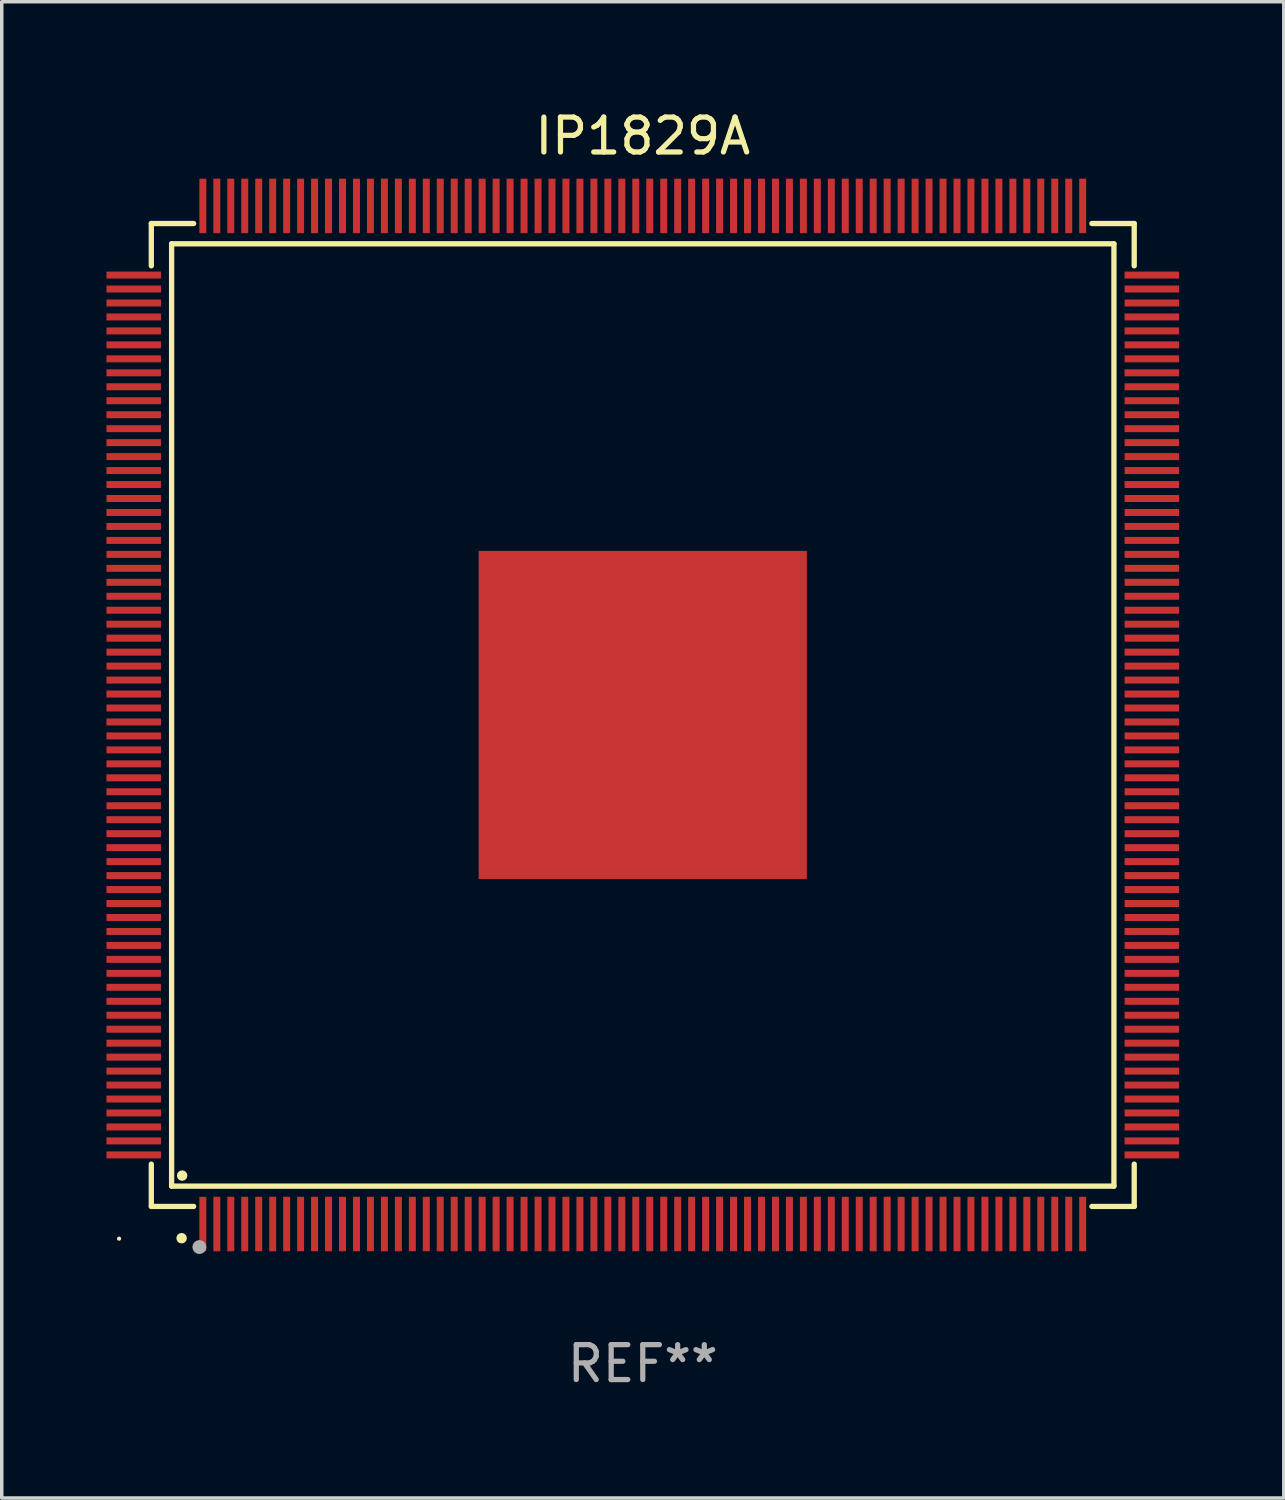
<source format=kicad_pcb>
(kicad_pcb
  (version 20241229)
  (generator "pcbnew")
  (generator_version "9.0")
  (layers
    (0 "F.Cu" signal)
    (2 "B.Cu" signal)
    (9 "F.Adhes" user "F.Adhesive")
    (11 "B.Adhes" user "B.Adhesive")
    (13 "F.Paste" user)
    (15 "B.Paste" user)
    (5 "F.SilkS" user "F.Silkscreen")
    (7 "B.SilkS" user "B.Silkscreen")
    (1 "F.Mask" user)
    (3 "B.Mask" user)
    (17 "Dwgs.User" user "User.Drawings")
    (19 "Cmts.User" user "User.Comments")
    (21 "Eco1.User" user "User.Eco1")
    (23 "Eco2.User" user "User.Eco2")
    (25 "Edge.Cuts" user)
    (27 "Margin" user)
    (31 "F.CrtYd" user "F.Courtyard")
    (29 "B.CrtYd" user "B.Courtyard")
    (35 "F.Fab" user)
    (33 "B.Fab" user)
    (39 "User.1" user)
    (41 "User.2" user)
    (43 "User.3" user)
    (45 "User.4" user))
  (footprint "IP1829A"
    (layer "F.Cu")
    (at 15.36 17.428)
    (property "Reference" "IP1829A" (at 0 -16.58 0) (layer "F.SilkS") (effects (font (size 1 1) (thickness 0.15))))
    (attr through_hole)
    (fp_line (start -14.076 -14.076) (end -14.076 -12.864) (stroke (width 0.152) (type solid)) (layer "F.SilkS"))
    (fp_line (start -14.076 14.076) (end -14.076 12.864) (stroke (width 0.152) (type solid)) (layer "F.SilkS"))
    (fp_line (start -13.495 -13.495) (end 13.495 -13.495) (stroke (width 0.152) (type solid)) (layer "F.SilkS"))
    (fp_line (start -13.495 13.495) (end -13.495 -13.495) (stroke (width 0.152) (type solid)) (layer "F.SilkS"))
    (fp_line (start -12.864 -14.076) (end -14.076 -14.076) (stroke (width 0.152) (type solid)) (layer "F.SilkS"))
    (fp_line (start -12.864 14.076) (end -14.076 14.076) (stroke (width 0.152) (type solid)) (layer "F.SilkS"))
    (fp_line (start 12.864 -14.076) (end 14.076 -14.076) (stroke (width 0.152) (type solid)) (layer "F.SilkS"))
    (fp_line (start 12.864 14.076) (end 14.076 14.076) (stroke (width 0.152) (type solid)) (layer "F.SilkS"))
    (fp_line (start 13.495 -13.495) (end 13.495 13.495) (stroke (width 0.152) (type solid)) (layer "F.SilkS"))
    (fp_line (start 13.495 13.495) (end -13.495 13.495) (stroke (width 0.152) (type solid)) (layer "F.SilkS"))
    (fp_line (start 14.076 -14.076) (end 14.076 -12.864) (stroke (width 0.152) (type solid)) (layer "F.SilkS"))
    (fp_line (start 14.076 14.076) (end 14.076 12.864) (stroke (width 0.152) (type solid)) (layer "F.SilkS"))
    (fp_circle (center -15 15) (end -14.97 15) (stroke (width 0.06) (type solid)) (fill no) (layer "F.SilkS"))
    (fp_circle (center -13.208 14.986) (end -13.133 14.986) (stroke (width 0.15) (type solid)) (fill no) (layer "F.SilkS"))
    (fp_circle (center -13.193 13.193) (end -13.118 13.193) (stroke (width 0.15) (type solid)) (fill no) (layer "F.SilkS"))
    (fp_circle (center -12.7 15.24) (end -12.6 15.24) (stroke (width 0.2) (type solid)) (fill no) (layer "F.Fab"))
    (fp_text user "REF**" (at 0 18.58 0) (layer "F.Fab") (effects (font (size 1 1) (thickness 0.15))))
    (pad "1" smd rect (at -12.6 14.58) (size 0.2 1.56) (layers "F.Cu" "F.Mask" "F.Paste"))
    (pad "2" smd rect (at -12.2 14.58) (size 0.2 1.56) (layers "F.Cu" "F.Mask" "F.Paste"))
    (pad "3" smd rect (at -11.8 14.58) (size 0.2 1.56) (layers "F.Cu" "F.Mask" "F.Paste"))
    (pad "4" smd rect (at -11.4 14.58) (size 0.2 1.56) (layers "F.Cu" "F.Mask" "F.Paste"))
    (pad "5" smd rect (at -11 14.58) (size 0.2 1.56) (layers "F.Cu" "F.Mask" "F.Paste"))
    (pad "6" smd rect (at -10.6 14.58) (size 0.2 1.56) (layers "F.Cu" "F.Mask" "F.Paste"))
    (pad "7" smd rect (at -10.2 14.58) (size 0.2 1.56) (layers "F.Cu" "F.Mask" "F.Paste"))
    (pad "8" smd rect (at -9.8 14.58) (size 0.2 1.56) (layers "F.Cu" "F.Mask" "F.Paste"))
    (pad "9" smd rect (at -9.4 14.58) (size 0.2 1.56) (layers "F.Cu" "F.Mask" "F.Paste"))
    (pad "10" smd rect (at -9 14.58) (size 0.2 1.56) (layers "F.Cu" "F.Mask" "F.Paste"))
    (pad "11" smd rect (at -8.6 14.58) (size 0.2 1.56) (layers "F.Cu" "F.Mask" "F.Paste"))
    (pad "12" smd rect (at -8.2 14.58) (size 0.2 1.56) (layers "F.Cu" "F.Mask" "F.Paste"))
    (pad "13" smd rect (at -7.8 14.58) (size 0.2 1.56) (layers "F.Cu" "F.Mask" "F.Paste"))
    (pad "14" smd rect (at -7.4 14.58) (size 0.2 1.56) (layers "F.Cu" "F.Mask" "F.Paste"))
    (pad "15" smd rect (at -7 14.58) (size 0.2 1.56) (layers "F.Cu" "F.Mask" "F.Paste"))
    (pad "16" smd rect (at -6.6 14.58) (size 0.2 1.56) (layers "F.Cu" "F.Mask" "F.Paste"))
    (pad "17" smd rect (at -6.2 14.58) (size 0.2 1.56) (layers "F.Cu" "F.Mask" "F.Paste"))
    (pad "18" smd rect (at -5.8 14.58) (size 0.2 1.56) (layers "F.Cu" "F.Mask" "F.Paste"))
    (pad "19" smd rect (at -5.4 14.58) (size 0.2 1.56) (layers "F.Cu" "F.Mask" "F.Paste"))
    (pad "20" smd rect (at -5 14.58) (size 0.2 1.56) (layers "F.Cu" "F.Mask" "F.Paste"))
    (pad "21" smd rect (at -4.6 14.58) (size 0.2 1.56) (layers "F.Cu" "F.Mask" "F.Paste"))
    (pad "22" smd rect (at -4.2 14.58) (size 0.2 1.56) (layers "F.Cu" "F.Mask" "F.Paste"))
    (pad "23" smd rect (at -3.8 14.58) (size 0.2 1.56) (layers "F.Cu" "F.Mask" "F.Paste"))
    (pad "24" smd rect (at -3.4 14.58) (size 0.2 1.56) (layers "F.Cu" "F.Mask" "F.Paste"))
    (pad "25" smd rect (at -3 14.58) (size 0.2 1.56) (layers "F.Cu" "F.Mask" "F.Paste"))
    (pad "26" smd rect (at -2.6 14.58) (size 0.2 1.56) (layers "F.Cu" "F.Mask" "F.Paste"))
    (pad "27" smd rect (at -2.2 14.58) (size 0.2 1.56) (layers "F.Cu" "F.Mask" "F.Paste"))
    (pad "28" smd rect (at -1.8 14.58) (size 0.2 1.56) (layers "F.Cu" "F.Mask" "F.Paste"))
    (pad "29" smd rect (at -1.4 14.58) (size 0.2 1.56) (layers "F.Cu" "F.Mask" "F.Paste"))
    (pad "30" smd rect (at -1 14.58) (size 0.2 1.56) (layers "F.Cu" "F.Mask" "F.Paste"))
    (pad "31" smd rect (at -0.6 14.58) (size 0.2 1.56) (layers "F.Cu" "F.Mask" "F.Paste"))
    (pad "32" smd rect (at -0.2 14.58) (size 0.2 1.56) (layers "F.Cu" "F.Mask" "F.Paste"))
    (pad "33" smd rect (at 0.2 14.58) (size 0.2 1.56) (layers "F.Cu" "F.Mask" "F.Paste"))
    (pad "34" smd rect (at 0.6 14.58) (size 0.2 1.56) (layers "F.Cu" "F.Mask" "F.Paste"))
    (pad "35" smd rect (at 1 14.58) (size 0.2 1.56) (layers "F.Cu" "F.Mask" "F.Paste"))
    (pad "36" smd rect (at 1.4 14.58) (size 0.2 1.56) (layers "F.Cu" "F.Mask" "F.Paste"))
    (pad "37" smd rect (at 1.8 14.58) (size 0.2 1.56) (layers "F.Cu" "F.Mask" "F.Paste"))
    (pad "38" smd rect (at 2.2 14.58) (size 0.2 1.56) (layers "F.Cu" "F.Mask" "F.Paste"))
    (pad "39" smd rect (at 2.6 14.58) (size 0.2 1.56) (layers "F.Cu" "F.Mask" "F.Paste"))
    (pad "40" smd rect (at 3 14.58) (size 0.2 1.56) (layers "F.Cu" "F.Mask" "F.Paste"))
    (pad "41" smd rect (at 3.4 14.58) (size 0.2 1.56) (layers "F.Cu" "F.Mask" "F.Paste"))
    (pad "42" smd rect (at 3.8 14.58) (size 0.2 1.56) (layers "F.Cu" "F.Mask" "F.Paste"))
    (pad "43" smd rect (at 4.2 14.58) (size 0.2 1.56) (layers "F.Cu" "F.Mask" "F.Paste"))
    (pad "44" smd rect (at 4.6 14.58) (size 0.2 1.56) (layers "F.Cu" "F.Mask" "F.Paste"))
    (pad "45" smd rect (at 5 14.58) (size 0.2 1.56) (layers "F.Cu" "F.Mask" "F.Paste"))
    (pad "46" smd rect (at 5.4 14.58) (size 0.2 1.56) (layers "F.Cu" "F.Mask" "F.Paste"))
    (pad "47" smd rect (at 5.8 14.58) (size 0.2 1.56) (layers "F.Cu" "F.Mask" "F.Paste"))
    (pad "48" smd rect (at 6.2 14.58) (size 0.2 1.56) (layers "F.Cu" "F.Mask" "F.Paste"))
    (pad "49" smd rect (at 6.6 14.58) (size 0.2 1.56) (layers "F.Cu" "F.Mask" "F.Paste"))
    (pad "50" smd rect (at 7 14.58) (size 0.2 1.56) (layers "F.Cu" "F.Mask" "F.Paste"))
    (pad "51" smd rect (at 7.4 14.58) (size 0.2 1.56) (layers "F.Cu" "F.Mask" "F.Paste"))
    (pad "52" smd rect (at 7.8 14.58) (size 0.2 1.56) (layers "F.Cu" "F.Mask" "F.Paste"))
    (pad "53" smd rect (at 8.2 14.58) (size 0.2 1.56) (layers "F.Cu" "F.Mask" "F.Paste"))
    (pad "54" smd rect (at 8.6 14.58) (size 0.2 1.56) (layers "F.Cu" "F.Mask" "F.Paste"))
    (pad "55" smd rect (at 9 14.58) (size 0.2 1.56) (layers "F.Cu" "F.Mask" "F.Paste"))
    (pad "56" smd rect (at 9.4 14.58) (size 0.2 1.56) (layers "F.Cu" "F.Mask" "F.Paste"))
    (pad "57" smd rect (at 9.8 14.58) (size 0.2 1.56) (layers "F.Cu" "F.Mask" "F.Paste"))
    (pad "58" smd rect (at 10.2 14.58) (size 0.2 1.56) (layers "F.Cu" "F.Mask" "F.Paste"))
    (pad "59" smd rect (at 10.6 14.58) (size 0.2 1.56) (layers "F.Cu" "F.Mask" "F.Paste"))
    (pad "60" smd rect (at 11 14.58) (size 0.2 1.56) (layers "F.Cu" "F.Mask" "F.Paste"))
    (pad "61" smd rect (at 11.4 14.58) (size 0.2 1.56) (layers "F.Cu" "F.Mask" "F.Paste"))
    (pad "62" smd rect (at 11.8 14.58) (size 0.2 1.56) (layers "F.Cu" "F.Mask" "F.Paste"))
    (pad "63" smd rect (at 12.2 14.58) (size 0.2 1.56) (layers "F.Cu" "F.Mask" "F.Paste"))
    (pad "64" smd rect (at 12.6 14.58) (size 0.2 1.56) (layers "F.Cu" "F.Mask" "F.Paste"))
    (pad "65" smd rect (at 14.58 12.6) (size 1.56 0.2) (layers "F.Cu" "F.Mask" "F.Paste"))
    (pad "66" smd rect (at 14.58 12.2) (size 1.56 0.2) (layers "F.Cu" "F.Mask" "F.Paste"))
    (pad "67" smd rect (at 14.58 11.8) (size 1.56 0.2) (layers "F.Cu" "F.Mask" "F.Paste"))
    (pad "68" smd rect (at 14.58 11.4) (size 1.56 0.2) (layers "F.Cu" "F.Mask" "F.Paste"))
    (pad "69" smd rect (at 14.58 11) (size 1.56 0.2) (layers "F.Cu" "F.Mask" "F.Paste"))
    (pad "70" smd rect (at 14.58 10.6) (size 1.56 0.2) (layers "F.Cu" "F.Mask" "F.Paste"))
    (pad "71" smd rect (at 14.58 10.2) (size 1.56 0.2) (layers "F.Cu" "F.Mask" "F.Paste"))
    (pad "72" smd rect (at 14.58 9.8) (size 1.56 0.2) (layers "F.Cu" "F.Mask" "F.Paste"))
    (pad "73" smd rect (at 14.58 9.4) (size 1.56 0.2) (layers "F.Cu" "F.Mask" "F.Paste"))
    (pad "74" smd rect (at 14.58 9) (size 1.56 0.2) (layers "F.Cu" "F.Mask" "F.Paste"))
    (pad "75" smd rect (at 14.58 8.6) (size 1.56 0.2) (layers "F.Cu" "F.Mask" "F.Paste"))
    (pad "76" smd rect (at 14.58 8.2) (size 1.56 0.2) (layers "F.Cu" "F.Mask" "F.Paste"))
    (pad "77" smd rect (at 14.58 7.8) (size 1.56 0.2) (layers "F.Cu" "F.Mask" "F.Paste"))
    (pad "78" smd rect (at 14.58 7.4) (size 1.56 0.2) (layers "F.Cu" "F.Mask" "F.Paste"))
    (pad "79" smd rect (at 14.58 7) (size 1.56 0.2) (layers "F.Cu" "F.Mask" "F.Paste"))
    (pad "80" smd rect (at 14.58 6.6) (size 1.56 0.2) (layers "F.Cu" "F.Mask" "F.Paste"))
    (pad "81" smd rect (at 14.58 6.2) (size 1.56 0.2) (layers "F.Cu" "F.Mask" "F.Paste"))
    (pad "82" smd rect (at 14.58 5.8) (size 1.56 0.2) (layers "F.Cu" "F.Mask" "F.Paste"))
    (pad "83" smd rect (at 14.58 5.4) (size 1.56 0.2) (layers "F.Cu" "F.Mask" "F.Paste"))
    (pad "84" smd rect (at 14.58 5) (size 1.56 0.2) (layers "F.Cu" "F.Mask" "F.Paste"))
    (pad "85" smd rect (at 14.58 4.6) (size 1.56 0.2) (layers "F.Cu" "F.Mask" "F.Paste"))
    (pad "86" smd rect (at 14.58 4.2) (size 1.56 0.2) (layers "F.Cu" "F.Mask" "F.Paste"))
    (pad "87" smd rect (at 14.58 3.8) (size 1.56 0.2) (layers "F.Cu" "F.Mask" "F.Paste"))
    (pad "88" smd rect (at 14.58 3.4) (size 1.56 0.2) (layers "F.Cu" "F.Mask" "F.Paste"))
    (pad "89" smd rect (at 14.58 3) (size 1.56 0.2) (layers "F.Cu" "F.Mask" "F.Paste"))
    (pad "90" smd rect (at 14.58 2.6) (size 1.56 0.2) (layers "F.Cu" "F.Mask" "F.Paste"))
    (pad "91" smd rect (at 14.58 2.2) (size 1.56 0.2) (layers "F.Cu" "F.Mask" "F.Paste"))
    (pad "92" smd rect (at 14.58 1.8) (size 1.56 0.2) (layers "F.Cu" "F.Mask" "F.Paste"))
    (pad "93" smd rect (at 14.58 1.4) (size 1.56 0.2) (layers "F.Cu" "F.Mask" "F.Paste"))
    (pad "94" smd rect (at 14.58 1) (size 1.56 0.2) (layers "F.Cu" "F.Mask" "F.Paste"))
    (pad "95" smd rect (at 14.58 0.6) (size 1.56 0.2) (layers "F.Cu" "F.Mask" "F.Paste"))
    (pad "96" smd rect (at 14.58 0.2) (size 1.56 0.2) (layers "F.Cu" "F.Mask" "F.Paste"))
    (pad "97" smd rect (at 14.58 -0.2) (size 1.56 0.2) (layers "F.Cu" "F.Mask" "F.Paste"))
    (pad "98" smd rect (at 14.58 -0.6) (size 1.56 0.2) (layers "F.Cu" "F.Mask" "F.Paste"))
    (pad "99" smd rect (at 14.58 -1) (size 1.56 0.2) (layers "F.Cu" "F.Mask" "F.Paste"))
    (pad "100" smd rect (at 14.58 -1.4) (size 1.56 0.2) (layers "F.Cu" "F.Mask" "F.Paste"))
    (pad "101" smd rect (at 14.58 -1.8) (size 1.56 0.2) (layers "F.Cu" "F.Mask" "F.Paste"))
    (pad "102" smd rect (at 14.58 -2.2) (size 1.56 0.2) (layers "F.Cu" "F.Mask" "F.Paste"))
    (pad "103" smd rect (at 14.58 -2.6) (size 1.56 0.2) (layers "F.Cu" "F.Mask" "F.Paste"))
    (pad "104" smd rect (at 14.58 -3) (size 1.56 0.2) (layers "F.Cu" "F.Mask" "F.Paste"))
    (pad "105" smd rect (at 14.58 -3.4) (size 1.56 0.2) (layers "F.Cu" "F.Mask" "F.Paste"))
    (pad "106" smd rect (at 14.58 -3.8) (size 1.56 0.2) (layers "F.Cu" "F.Mask" "F.Paste"))
    (pad "107" smd rect (at 14.58 -4.2) (size 1.56 0.2) (layers "F.Cu" "F.Mask" "F.Paste"))
    (pad "108" smd rect (at 14.58 -4.6) (size 1.56 0.2) (layers "F.Cu" "F.Mask" "F.Paste"))
    (pad "109" smd rect (at 14.58 -5) (size 1.56 0.2) (layers "F.Cu" "F.Mask" "F.Paste"))
    (pad "110" smd rect (at 14.58 -5.4) (size 1.56 0.2) (layers "F.Cu" "F.Mask" "F.Paste"))
    (pad "111" smd rect (at 14.58 -5.8) (size 1.56 0.2) (layers "F.Cu" "F.Mask" "F.Paste"))
    (pad "112" smd rect (at 14.58 -6.2) (size 1.56 0.2) (layers "F.Cu" "F.Mask" "F.Paste"))
    (pad "113" smd rect (at 14.58 -6.6) (size 1.56 0.2) (layers "F.Cu" "F.Mask" "F.Paste"))
    (pad "114" smd rect (at 14.58 -7) (size 1.56 0.2) (layers "F.Cu" "F.Mask" "F.Paste"))
    (pad "115" smd rect (at 14.58 -7.4) (size 1.56 0.2) (layers "F.Cu" "F.Mask" "F.Paste"))
    (pad "116" smd rect (at 14.58 -7.8) (size 1.56 0.2) (layers "F.Cu" "F.Mask" "F.Paste"))
    (pad "117" smd rect (at 14.58 -8.2) (size 1.56 0.2) (layers "F.Cu" "F.Mask" "F.Paste"))
    (pad "118" smd rect (at 14.58 -8.6) (size 1.56 0.2) (layers "F.Cu" "F.Mask" "F.Paste"))
    (pad "119" smd rect (at 14.58 -9) (size 1.56 0.2) (layers "F.Cu" "F.Mask" "F.Paste"))
    (pad "120" smd rect (at 14.58 -9.4) (size 1.56 0.2) (layers "F.Cu" "F.Mask" "F.Paste"))
    (pad "121" smd rect (at 14.58 -9.8) (size 1.56 0.2) (layers "F.Cu" "F.Mask" "F.Paste"))
    (pad "122" smd rect (at 14.58 -10.2) (size 1.56 0.2) (layers "F.Cu" "F.Mask" "F.Paste"))
    (pad "123" smd rect (at 14.58 -10.6) (size 1.56 0.2) (layers "F.Cu" "F.Mask" "F.Paste"))
    (pad "124" smd rect (at 14.58 -11) (size 1.56 0.2) (layers "F.Cu" "F.Mask" "F.Paste"))
    (pad "125" smd rect (at 14.58 -11.4) (size 1.56 0.2) (layers "F.Cu" "F.Mask" "F.Paste"))
    (pad "126" smd rect (at 14.58 -11.8) (size 1.56 0.2) (layers "F.Cu" "F.Mask" "F.Paste"))
    (pad "127" smd rect (at 14.58 -12.2) (size 1.56 0.2) (layers "F.Cu" "F.Mask" "F.Paste"))
    (pad "128" smd rect (at 14.58 -12.6) (size 1.56 0.2) (layers "F.Cu" "F.Mask" "F.Paste"))
    (pad "129" smd rect (at 12.6 -14.58) (size 0.2 1.56) (layers "F.Cu" "F.Mask" "F.Paste"))
    (pad "130" smd rect (at 12.2 -14.58) (size 0.2 1.56) (layers "F.Cu" "F.Mask" "F.Paste"))
    (pad "131" smd rect (at 11.8 -14.58) (size 0.2 1.56) (layers "F.Cu" "F.Mask" "F.Paste"))
    (pad "132" smd rect (at 11.4 -14.58) (size 0.2 1.56) (layers "F.Cu" "F.Mask" "F.Paste"))
    (pad "133" smd rect (at 11 -14.58) (size 0.2 1.56) (layers "F.Cu" "F.Mask" "F.Paste"))
    (pad "134" smd rect (at 10.6 -14.58) (size 0.2 1.56) (layers "F.Cu" "F.Mask" "F.Paste"))
    (pad "135" smd rect (at 10.2 -14.58) (size 0.2 1.56) (layers "F.Cu" "F.Mask" "F.Paste"))
    (pad "136" smd rect (at 9.8 -14.58) (size 0.2 1.56) (layers "F.Cu" "F.Mask" "F.Paste"))
    (pad "137" smd rect (at 9.4 -14.58) (size 0.2 1.56) (layers "F.Cu" "F.Mask" "F.Paste"))
    (pad "138" smd rect (at 9 -14.58) (size 0.2 1.56) (layers "F.Cu" "F.Mask" "F.Paste"))
    (pad "139" smd rect (at 8.6 -14.58) (size 0.2 1.56) (layers "F.Cu" "F.Mask" "F.Paste"))
    (pad "140" smd rect (at 8.2 -14.58) (size 0.2 1.56) (layers "F.Cu" "F.Mask" "F.Paste"))
    (pad "141" smd rect (at 7.8 -14.58) (size 0.2 1.56) (layers "F.Cu" "F.Mask" "F.Paste"))
    (pad "142" smd rect (at 7.4 -14.58) (size 0.2 1.56) (layers "F.Cu" "F.Mask" "F.Paste"))
    (pad "143" smd rect (at 7 -14.58) (size 0.2 1.56) (layers "F.Cu" "F.Mask" "F.Paste"))
    (pad "144" smd rect (at 6.6 -14.58) (size 0.2 1.56) (layers "F.Cu" "F.Mask" "F.Paste"))
    (pad "145" smd rect (at 6.2 -14.58) (size 0.2 1.56) (layers "F.Cu" "F.Mask" "F.Paste"))
    (pad "146" smd rect (at 5.8 -14.58) (size 0.2 1.56) (layers "F.Cu" "F.Mask" "F.Paste"))
    (pad "147" smd rect (at 5.4 -14.58) (size 0.2 1.56) (layers "F.Cu" "F.Mask" "F.Paste"))
    (pad "148" smd rect (at 5 -14.58) (size 0.2 1.56) (layers "F.Cu" "F.Mask" "F.Paste"))
    (pad "149" smd rect (at 4.6 -14.58) (size 0.2 1.56) (layers "F.Cu" "F.Mask" "F.Paste"))
    (pad "150" smd rect (at 4.2 -14.58) (size 0.2 1.56) (layers "F.Cu" "F.Mask" "F.Paste"))
    (pad "151" smd rect (at 3.8 -14.58) (size 0.2 1.56) (layers "F.Cu" "F.Mask" "F.Paste"))
    (pad "152" smd rect (at 3.4 -14.58) (size 0.2 1.56) (layers "F.Cu" "F.Mask" "F.Paste"))
    (pad "153" smd rect (at 3 -14.58) (size 0.2 1.56) (layers "F.Cu" "F.Mask" "F.Paste"))
    (pad "154" smd rect (at 2.6 -14.58) (size 0.2 1.56) (layers "F.Cu" "F.Mask" "F.Paste"))
    (pad "155" smd rect (at 2.2 -14.58) (size 0.2 1.56) (layers "F.Cu" "F.Mask" "F.Paste"))
    (pad "156" smd rect (at 1.8 -14.58) (size 0.2 1.56) (layers "F.Cu" "F.Mask" "F.Paste"))
    (pad "157" smd rect (at 1.4 -14.58) (size 0.2 1.56) (layers "F.Cu" "F.Mask" "F.Paste"))
    (pad "158" smd rect (at 1 -14.58) (size 0.2 1.56) (layers "F.Cu" "F.Mask" "F.Paste"))
    (pad "159" smd rect (at 0.6 -14.58) (size 0.2 1.56) (layers "F.Cu" "F.Mask" "F.Paste"))
    (pad "160" smd rect (at 0.2 -14.58) (size 0.2 1.56) (layers "F.Cu" "F.Mask" "F.Paste"))
    (pad "161" smd rect (at -0.2 -14.58) (size 0.2 1.56) (layers "F.Cu" "F.Mask" "F.Paste"))
    (pad "162" smd rect (at -0.6 -14.58) (size 0.2 1.56) (layers "F.Cu" "F.Mask" "F.Paste"))
    (pad "163" smd rect (at -1 -14.58) (size 0.2 1.56) (layers "F.Cu" "F.Mask" "F.Paste"))
    (pad "164" smd rect (at -1.4 -14.58) (size 0.2 1.56) (layers "F.Cu" "F.Mask" "F.Paste"))
    (pad "165" smd rect (at -1.8 -14.58) (size 0.2 1.56) (layers "F.Cu" "F.Mask" "F.Paste"))
    (pad "166" smd rect (at -2.2 -14.58) (size 0.2 1.56) (layers "F.Cu" "F.Mask" "F.Paste"))
    (pad "167" smd rect (at -2.6 -14.58) (size 0.2 1.56) (layers "F.Cu" "F.Mask" "F.Paste"))
    (pad "168" smd rect (at -3 -14.58) (size 0.2 1.56) (layers "F.Cu" "F.Mask" "F.Paste"))
    (pad "169" smd rect (at -3.4 -14.58) (size 0.2 1.56) (layers "F.Cu" "F.Mask" "F.Paste"))
    (pad "170" smd rect (at -3.8 -14.58) (size 0.2 1.56) (layers "F.Cu" "F.Mask" "F.Paste"))
    (pad "171" smd rect (at -4.2 -14.58) (size 0.2 1.56) (layers "F.Cu" "F.Mask" "F.Paste"))
    (pad "172" smd rect (at -4.6 -14.58) (size 0.2 1.56) (layers "F.Cu" "F.Mask" "F.Paste"))
    (pad "173" smd rect (at -5 -14.58) (size 0.2 1.56) (layers "F.Cu" "F.Mask" "F.Paste"))
    (pad "174" smd rect (at -5.4 -14.58) (size 0.2 1.56) (layers "F.Cu" "F.Mask" "F.Paste"))
    (pad "175" smd rect (at -5.8 -14.58) (size 0.2 1.56) (layers "F.Cu" "F.Mask" "F.Paste"))
    (pad "176" smd rect (at -6.2 -14.58) (size 0.2 1.56) (layers "F.Cu" "F.Mask" "F.Paste"))
    (pad "177" smd rect (at -6.6 -14.58) (size 0.2 1.56) (layers "F.Cu" "F.Mask" "F.Paste"))
    (pad "178" smd rect (at -7 -14.58) (size 0.2 1.56) (layers "F.Cu" "F.Mask" "F.Paste"))
    (pad "179" smd rect (at -7.4 -14.58) (size 0.2 1.56) (layers "F.Cu" "F.Mask" "F.Paste"))
    (pad "180" smd rect (at -7.8 -14.58) (size 0.2 1.56) (layers "F.Cu" "F.Mask" "F.Paste"))
    (pad "181" smd rect (at -8.2 -14.58) (size 0.2 1.56) (layers "F.Cu" "F.Mask" "F.Paste"))
    (pad "182" smd rect (at -8.6 -14.58) (size 0.2 1.56) (layers "F.Cu" "F.Mask" "F.Paste"))
    (pad "183" smd rect (at -9 -14.58) (size 0.2 1.56) (layers "F.Cu" "F.Mask" "F.Paste"))
    (pad "184" smd rect (at -9.4 -14.58) (size 0.2 1.56) (layers "F.Cu" "F.Mask" "F.Paste"))
    (pad "185" smd rect (at -9.8 -14.58) (size 0.2 1.56) (layers "F.Cu" "F.Mask" "F.Paste"))
    (pad "186" smd rect (at -10.2 -14.58) (size 0.2 1.56) (layers "F.Cu" "F.Mask" "F.Paste"))
    (pad "187" smd rect (at -10.6 -14.58) (size 0.2 1.56) (layers "F.Cu" "F.Mask" "F.Paste"))
    (pad "188" smd rect (at -11 -14.58) (size 0.2 1.56) (layers "F.Cu" "F.Mask" "F.Paste"))
    (pad "189" smd rect (at -11.4 -14.58) (size 0.2 1.56) (layers "F.Cu" "F.Mask" "F.Paste"))
    (pad "190" smd rect (at -11.8 -14.58) (size 0.2 1.56) (layers "F.Cu" "F.Mask" "F.Paste"))
    (pad "191" smd rect (at -12.2 -14.58) (size 0.2 1.56) (layers "F.Cu" "F.Mask" "F.Paste"))
    (pad "192" smd rect (at -12.6 -14.58) (size 0.2 1.56) (layers "F.Cu" "F.Mask" "F.Paste"))
    (pad "193" smd rect (at -14.58 -12.6) (size 1.56 0.2) (layers "F.Cu" "F.Mask" "F.Paste"))
    (pad "194" smd rect (at -14.58 -12.2) (size 1.56 0.2) (layers "F.Cu" "F.Mask" "F.Paste"))
    (pad "195" smd rect (at -14.58 -11.8) (size 1.56 0.2) (layers "F.Cu" "F.Mask" "F.Paste"))
    (pad "196" smd rect (at -14.58 -11.4) (size 1.56 0.2) (layers "F.Cu" "F.Mask" "F.Paste"))
    (pad "197" smd rect (at -14.58 -11) (size 1.56 0.2) (layers "F.Cu" "F.Mask" "F.Paste"))
    (pad "198" smd rect (at -14.58 -10.6) (size 1.56 0.2) (layers "F.Cu" "F.Mask" "F.Paste"))
    (pad "199" smd rect (at -14.58 -10.2) (size 1.56 0.2) (layers "F.Cu" "F.Mask" "F.Paste"))
    (pad "200" smd rect (at -14.58 -9.8) (size 1.56 0.2) (layers "F.Cu" "F.Mask" "F.Paste"))
    (pad "201" smd rect (at -14.58 -9.4) (size 1.56 0.2) (layers "F.Cu" "F.Mask" "F.Paste"))
    (pad "202" smd rect (at -14.58 -9) (size 1.56 0.2) (layers "F.Cu" "F.Mask" "F.Paste"))
    (pad "203" smd rect (at -14.58 -8.6) (size 1.56 0.2) (layers "F.Cu" "F.Mask" "F.Paste"))
    (pad "204" smd rect (at -14.58 -8.2) (size 1.56 0.2) (layers "F.Cu" "F.Mask" "F.Paste"))
    (pad "205" smd rect (at -14.58 -7.8) (size 1.56 0.2) (layers "F.Cu" "F.Mask" "F.Paste"))
    (pad "206" smd rect (at -14.58 -7.4) (size 1.56 0.2) (layers "F.Cu" "F.Mask" "F.Paste"))
    (pad "207" smd rect (at -14.58 -7) (size 1.56 0.2) (layers "F.Cu" "F.Mask" "F.Paste"))
    (pad "208" smd rect (at -14.58 -6.6) (size 1.56 0.2) (layers "F.Cu" "F.Mask" "F.Paste"))
    (pad "209" smd rect (at -14.58 -6.2) (size 1.56 0.2) (layers "F.Cu" "F.Mask" "F.Paste"))
    (pad "210" smd rect (at -14.58 -5.8) (size 1.56 0.2) (layers "F.Cu" "F.Mask" "F.Paste"))
    (pad "211" smd rect (at -14.58 -5.4) (size 1.56 0.2) (layers "F.Cu" "F.Mask" "F.Paste"))
    (pad "212" smd rect (at -14.58 -5) (size 1.56 0.2) (layers "F.Cu" "F.Mask" "F.Paste"))
    (pad "213" smd rect (at -14.58 -4.6) (size 1.56 0.2) (layers "F.Cu" "F.Mask" "F.Paste"))
    (pad "214" smd rect (at -14.58 -4.2) (size 1.56 0.2) (layers "F.Cu" "F.Mask" "F.Paste"))
    (pad "215" smd rect (at -14.58 -3.8) (size 1.56 0.2) (layers "F.Cu" "F.Mask" "F.Paste"))
    (pad "216" smd rect (at -14.58 -3.4) (size 1.56 0.2) (layers "F.Cu" "F.Mask" "F.Paste"))
    (pad "217" smd rect (at -14.58 -3) (size 1.56 0.2) (layers "F.Cu" "F.Mask" "F.Paste"))
    (pad "218" smd rect (at -14.58 -2.6) (size 1.56 0.2) (layers "F.Cu" "F.Mask" "F.Paste"))
    (pad "219" smd rect (at -14.58 -2.2) (size 1.56 0.2) (layers "F.Cu" "F.Mask" "F.Paste"))
    (pad "220" smd rect (at -14.58 -1.8) (size 1.56 0.2) (layers "F.Cu" "F.Mask" "F.Paste"))
    (pad "221" smd rect (at -14.58 -1.4) (size 1.56 0.2) (layers "F.Cu" "F.Mask" "F.Paste"))
    (pad "222" smd rect (at -14.58 -1) (size 1.56 0.2) (layers "F.Cu" "F.Mask" "F.Paste"))
    (pad "223" smd rect (at -14.58 -0.6) (size 1.56 0.2) (layers "F.Cu" "F.Mask" "F.Paste"))
    (pad "224" smd rect (at -14.58 -0.2) (size 1.56 0.2) (layers "F.Cu" "F.Mask" "F.Paste"))
    (pad "225" smd rect (at -14.58 0.2) (size 1.56 0.2) (layers "F.Cu" "F.Mask" "F.Paste"))
    (pad "226" smd rect (at -14.58 0.6) (size 1.56 0.2) (layers "F.Cu" "F.Mask" "F.Paste"))
    (pad "227" smd rect (at -14.58 1) (size 1.56 0.2) (layers "F.Cu" "F.Mask" "F.Paste"))
    (pad "228" smd rect (at -14.58 1.4) (size 1.56 0.2) (layers "F.Cu" "F.Mask" "F.Paste"))
    (pad "229" smd rect (at -14.58 1.8) (size 1.56 0.2) (layers "F.Cu" "F.Mask" "F.Paste"))
    (pad "230" smd rect (at -14.58 2.2) (size 1.56 0.2) (layers "F.Cu" "F.Mask" "F.Paste"))
    (pad "231" smd rect (at -14.58 2.6) (size 1.56 0.2) (layers "F.Cu" "F.Mask" "F.Paste"))
    (pad "232" smd rect (at -14.58 3) (size 1.56 0.2) (layers "F.Cu" "F.Mask" "F.Paste"))
    (pad "233" smd rect (at -14.58 3.4) (size 1.56 0.2) (layers "F.Cu" "F.Mask" "F.Paste"))
    (pad "234" smd rect (at -14.58 3.8) (size 1.56 0.2) (layers "F.Cu" "F.Mask" "F.Paste"))
    (pad "235" smd rect (at -14.58 4.2) (size 1.56 0.2) (layers "F.Cu" "F.Mask" "F.Paste"))
    (pad "236" smd rect (at -14.58 4.6) (size 1.56 0.2) (layers "F.Cu" "F.Mask" "F.Paste"))
    (pad "237" smd rect (at -14.58 5) (size 1.56 0.2) (layers "F.Cu" "F.Mask" "F.Paste"))
    (pad "238" smd rect (at -14.58 5.4) (size 1.56 0.2) (layers "F.Cu" "F.Mask" "F.Paste"))
    (pad "239" smd rect (at -14.58 5.8) (size 1.56 0.2) (layers "F.Cu" "F.Mask" "F.Paste"))
    (pad "240" smd rect (at -14.58 6.2) (size 1.56 0.2) (layers "F.Cu" "F.Mask" "F.Paste"))
    (pad "241" smd rect (at -14.58 6.6) (size 1.56 0.2) (layers "F.Cu" "F.Mask" "F.Paste"))
    (pad "242" smd rect (at -14.58 7) (size 1.56 0.2) (layers "F.Cu" "F.Mask" "F.Paste"))
    (pad "243" smd rect (at -14.58 7.4) (size 1.56 0.2) (layers "F.Cu" "F.Mask" "F.Paste"))
    (pad "244" smd rect (at -14.58 7.8) (size 1.56 0.2) (layers "F.Cu" "F.Mask" "F.Paste"))
    (pad "245" smd rect (at -14.58 8.2) (size 1.56 0.2) (layers "F.Cu" "F.Mask" "F.Paste"))
    (pad "246" smd rect (at -14.58 8.6) (size 1.56 0.2) (layers "F.Cu" "F.Mask" "F.Paste"))
    (pad "247" smd rect (at -14.58 9) (size 1.56 0.2) (layers "F.Cu" "F.Mask" "F.Paste"))
    (pad "248" smd rect (at -14.58 9.4) (size 1.56 0.2) (layers "F.Cu" "F.Mask" "F.Paste"))
    (pad "249" smd rect (at -14.58 9.8) (size 1.56 0.2) (layers "F.Cu" "F.Mask" "F.Paste"))
    (pad "250" smd rect (at -14.58 10.2) (size 1.56 0.2) (layers "F.Cu" "F.Mask" "F.Paste"))
    (pad "251" smd rect (at -14.58 10.6) (size 1.56 0.2) (layers "F.Cu" "F.Mask" "F.Paste"))
    (pad "252" smd rect (at -14.58 11) (size 1.56 0.2) (layers "F.Cu" "F.Mask" "F.Paste"))
    (pad "253" smd rect (at -14.58 11.4) (size 1.56 0.2) (layers "F.Cu" "F.Mask" "F.Paste"))
    (pad "254" smd rect (at -14.58 11.8) (size 1.56 0.2) (layers "F.Cu" "F.Mask" "F.Paste"))
    (pad "255" smd rect (at -14.58 12.2) (size 1.56 0.2) (layers "F.Cu" "F.Mask" "F.Paste"))
    (pad "256" smd rect (at -14.58 12.6) (size 1.56 0.2) (layers "F.Cu" "F.Mask" "F.Paste"))
    (pad "257" smd rect (at 0 0) (size 9.4 9.4) (layers "F.Cu" "F.Mask" "F.Paste")))
  (gr_rect
    (start -3 -3)
    (end 33.72 39.856)
    (stroke (width 0.1) (type default))
    (fill no)
    (layer "Edge.Cuts")))
</source>
